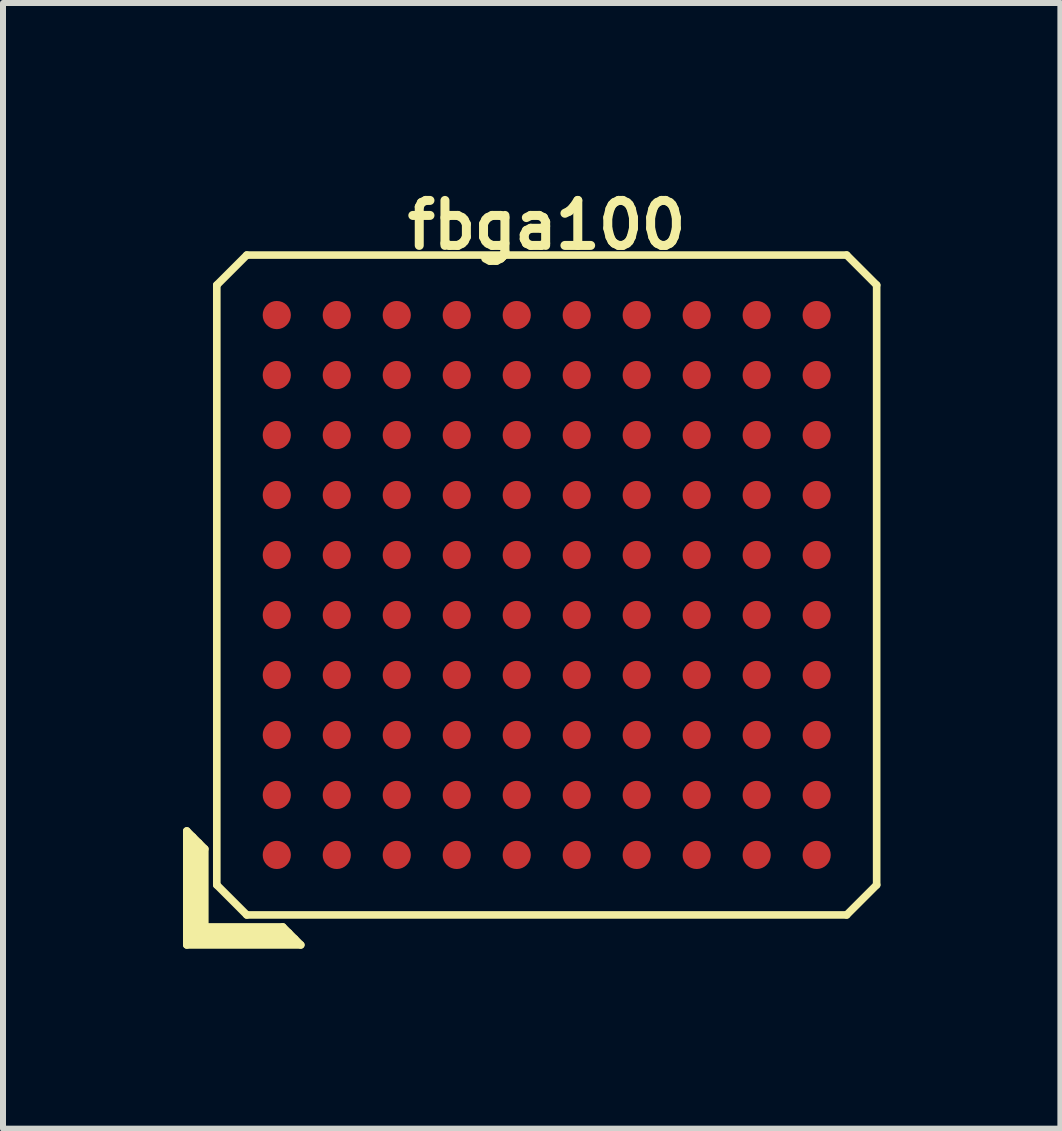
<source format=kicad_pcb>
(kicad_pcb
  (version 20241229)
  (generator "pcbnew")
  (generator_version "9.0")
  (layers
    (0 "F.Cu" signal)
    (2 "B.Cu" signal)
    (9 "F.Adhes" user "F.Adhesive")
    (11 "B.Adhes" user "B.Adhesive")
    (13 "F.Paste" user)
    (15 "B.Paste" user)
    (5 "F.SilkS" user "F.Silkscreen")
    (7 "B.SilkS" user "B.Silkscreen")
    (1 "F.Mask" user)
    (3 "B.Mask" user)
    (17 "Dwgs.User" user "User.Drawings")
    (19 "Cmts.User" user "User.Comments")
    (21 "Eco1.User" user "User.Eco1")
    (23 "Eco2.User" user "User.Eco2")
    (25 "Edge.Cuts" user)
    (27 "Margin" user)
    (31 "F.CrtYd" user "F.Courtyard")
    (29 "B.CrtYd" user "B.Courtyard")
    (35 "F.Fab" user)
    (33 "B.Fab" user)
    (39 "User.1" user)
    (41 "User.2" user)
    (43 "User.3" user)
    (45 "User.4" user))
  (footprint "fbga100"
    (layer "F.Cu")
    (at 6.064 6.702)
    (property "Reference" "fbga100" (at 0 -6 0) (layer "F.SilkS") (effects (font (size 0.75 0.75) (thickness 0.15))))
    (attr through_hole)
    (fp_line (start -6 4.1) (end -5.7 4.4) (stroke (width 0.127) (type solid)) (layer "F.SilkS"))
    (fp_line (start -6 6) (end -6 4.1) (stroke (width 0.127) (type solid)) (layer "F.SilkS"))
    (fp_line (start -5.9 5.9) (end -5.9 4.2) (stroke (width 0.127) (type solid)) (layer "F.SilkS"))
    (fp_line (start -5.8 4.3) (end -5.8 5.8) (stroke (width 0.127) (type solid)) (layer "F.SilkS"))
    (fp_line (start -5.8 5.8) (end -4.3 5.8) (stroke (width 0.127) (type solid)) (layer "F.SilkS"))
    (fp_line (start -5.7 4.4) (end -5.7 5.7) (stroke (width 0.127) (type solid)) (layer "F.SilkS"))
    (fp_line (start -5.7 5.7) (end -4.4 5.7) (stroke (width 0.127) (type solid)) (layer "F.SilkS"))
    (fp_line (start -5.5 -5) (end -5 -5.5) (stroke (width 0.127) (type solid)) (layer "F.SilkS"))
    (fp_line (start -5.5 5) (end -5.5 -5) (stroke (width 0.127) (type solid)) (layer "F.SilkS"))
    (fp_line (start -5 -5.5) (end 5 -5.5) (stroke (width 0.127) (type solid)) (layer "F.SilkS"))
    (fp_line (start -5 5.5) (end -5.5 5) (stroke (width 0.127) (type solid)) (layer "F.SilkS"))
    (fp_line (start -4.4 5.7) (end -4.1 6) (stroke (width 0.127) (type solid)) (layer "F.SilkS"))
    (fp_line (start -4.2 5.9) (end -5.9 5.9) (stroke (width 0.127) (type solid)) (layer "F.SilkS"))
    (fp_line (start -4.1 6) (end -6 6) (stroke (width 0.127) (type solid)) (layer "F.SilkS"))
    (fp_line (start 5 -5.5) (end 5.5 -5) (stroke (width 0.127) (type solid)) (layer "F.SilkS"))
    (fp_line (start 5 5.5) (end -5 5.5) (stroke (width 0.127) (type solid)) (layer "F.SilkS"))
    (fp_line (start 5.5 -5) (end 5.5 5) (stroke (width 0.127) (type solid)) (layer "F.SilkS"))
    (fp_line (start 5.5 5) (end 5 5.5) (stroke (width 0.127) (type solid)) (layer "F.SilkS"))
    (pad "A1" smd circle (at -4.5 4.5) (size 0.47 0.47) (layers "F.Cu" "F.Mask" "F.Paste"))
    (pad "A2" smd circle (at -3.5 4.5) (size 0.47 0.47) (layers "F.Cu" "F.Mask" "F.Paste"))
    (pad "A3" smd circle (at -2.5 4.5) (size 0.47 0.47) (layers "F.Cu" "F.Mask" "F.Paste"))
    (pad "A4" smd circle (at -1.5 4.5) (size 0.47 0.47) (layers "F.Cu" "F.Mask" "F.Paste"))
    (pad "A5" smd circle (at -0.5 4.5) (size 0.47 0.47) (layers "F.Cu" "F.Mask" "F.Paste"))
    (pad "A6" smd circle (at 0.5 4.5) (size 0.47 0.47) (layers "F.Cu" "F.Mask" "F.Paste"))
    (pad "A7" smd circle (at 1.5 4.5) (size 0.47 0.47) (layers "F.Cu" "F.Mask" "F.Paste"))
    (pad "A8" smd circle (at 2.5 4.5) (size 0.47 0.47) (layers "F.Cu" "F.Mask" "F.Paste"))
    (pad "A9" smd circle (at 3.5 4.5) (size 0.47 0.47) (layers "F.Cu" "F.Mask" "F.Paste"))
    (pad "A10" smd circle (at 4.5 4.5) (size 0.47 0.47) (layers "F.Cu" "F.Mask" "F.Paste"))
    (pad "B1" smd circle (at -4.5 3.5) (size 0.47 0.47) (layers "F.Cu" "F.Mask" "F.Paste"))
    (pad "B2" smd circle (at -3.5 3.5) (size 0.47 0.47) (layers "F.Cu" "F.Mask" "F.Paste"))
    (pad "B3" smd circle (at -2.5 3.5) (size 0.47 0.47) (layers "F.Cu" "F.Mask" "F.Paste"))
    (pad "B4" smd circle (at -1.5 3.5) (size 0.47 0.47) (layers "F.Cu" "F.Mask" "F.Paste"))
    (pad "B5" smd circle (at -0.5 3.5) (size 0.47 0.47) (layers "F.Cu" "F.Mask" "F.Paste"))
    (pad "B6" smd circle (at 0.5 3.5) (size 0.47 0.47) (layers "F.Cu" "F.Mask" "F.Paste"))
    (pad "B7" smd circle (at 1.5 3.5) (size 0.47 0.47) (layers "F.Cu" "F.Mask" "F.Paste"))
    (pad "B8" smd circle (at 2.5 3.5) (size 0.47 0.47) (layers "F.Cu" "F.Mask" "F.Paste"))
    (pad "B9" smd circle (at 3.5 3.5) (size 0.47 0.47) (layers "F.Cu" "F.Mask" "F.Paste"))
    (pad "B10" smd circle (at 4.5 3.5) (size 0.47 0.47) (layers "F.Cu" "F.Mask" "F.Paste"))
    (pad "C1" smd circle (at -4.5 2.5) (size 0.47 0.47) (layers "F.Cu" "F.Mask" "F.Paste"))
    (pad "C2" smd circle (at -3.5 2.5) (size 0.47 0.47) (layers "F.Cu" "F.Mask" "F.Paste"))
    (pad "C3" smd circle (at -2.5 2.5) (size 0.47 0.47) (layers "F.Cu" "F.Mask" "F.Paste"))
    (pad "C4" smd circle (at -1.5 2.5) (size 0.47 0.47) (layers "F.Cu" "F.Mask" "F.Paste"))
    (pad "C5" smd circle (at -0.5 2.5) (size 0.47 0.47) (layers "F.Cu" "F.Mask" "F.Paste"))
    (pad "C6" smd circle (at 0.5 2.5) (size 0.47 0.47) (layers "F.Cu" "F.Mask" "F.Paste"))
    (pad "C7" smd circle (at 1.5 2.5) (size 0.47 0.47) (layers "F.Cu" "F.Mask" "F.Paste"))
    (pad "C8" smd circle (at 2.5 2.5) (size 0.47 0.47) (layers "F.Cu" "F.Mask" "F.Paste"))
    (pad "C9" smd circle (at 3.5 2.5) (size 0.47 0.47) (layers "F.Cu" "F.Mask" "F.Paste"))
    (pad "C10" smd circle (at 4.5 2.5) (size 0.47 0.47) (layers "F.Cu" "F.Mask" "F.Paste"))
    (pad "D1" smd circle (at -4.5 1.5) (size 0.47 0.47) (layers "F.Cu" "F.Mask" "F.Paste"))
    (pad "D2" smd circle (at -3.5 1.5) (size 0.47 0.47) (layers "F.Cu" "F.Mask" "F.Paste"))
    (pad "D3" smd circle (at -2.5 1.5) (size 0.47 0.47) (layers "F.Cu" "F.Mask" "F.Paste"))
    (pad "D4" smd circle (at -1.5 1.5) (size 0.47 0.47) (layers "F.Cu" "F.Mask" "F.Paste"))
    (pad "D5" smd circle (at -0.5 1.5) (size 0.47 0.47) (layers "F.Cu" "F.Mask" "F.Paste"))
    (pad "D6" smd circle (at 0.5 1.5) (size 0.47 0.47) (layers "F.Cu" "F.Mask" "F.Paste"))
    (pad "D7" smd circle (at 1.5 1.5) (size 0.47 0.47) (layers "F.Cu" "F.Mask" "F.Paste"))
    (pad "D8" smd circle (at 2.5 1.5) (size 0.47 0.47) (layers "F.Cu" "F.Mask" "F.Paste"))
    (pad "D9" smd circle (at 3.5 1.5) (size 0.47 0.47) (layers "F.Cu" "F.Mask" "F.Paste"))
    (pad "D10" smd circle (at 4.5 1.5) (size 0.47 0.47) (layers "F.Cu" "F.Mask" "F.Paste"))
    (pad "E1" smd circle (at -4.5 0.5) (size 0.47 0.47) (layers "F.Cu" "F.Mask" "F.Paste"))
    (pad "E2" smd circle (at -3.5 0.5) (size 0.47 0.47) (layers "F.Cu" "F.Mask" "F.Paste"))
    (pad "E3" smd circle (at -2.5 0.5) (size 0.47 0.47) (layers "F.Cu" "F.Mask" "F.Paste"))
    (pad "E4" smd circle (at -1.5 0.5) (size 0.47 0.47) (layers "F.Cu" "F.Mask" "F.Paste"))
    (pad "E5" smd circle (at -0.5 0.5) (size 0.47 0.47) (layers "F.Cu" "F.Mask" "F.Paste"))
    (pad "E6" smd circle (at 0.5 0.5) (size 0.47 0.47) (layers "F.Cu" "F.Mask" "F.Paste"))
    (pad "E7" smd circle (at 1.5 0.5) (size 0.47 0.47) (layers "F.Cu" "F.Mask" "F.Paste"))
    (pad "E8" smd circle (at 2.5 0.5) (size 0.47 0.47) (layers "F.Cu" "F.Mask" "F.Paste"))
    (pad "E9" smd circle (at 3.5 0.5) (size 0.47 0.47) (layers "F.Cu" "F.Mask" "F.Paste"))
    (pad "E10" smd circle (at 4.5 0.5) (size 0.47 0.47) (layers "F.Cu" "F.Mask" "F.Paste"))
    (pad "F1" smd circle (at -4.5 -0.5) (size 0.47 0.47) (layers "F.Cu" "F.Mask" "F.Paste"))
    (pad "F2" smd circle (at -3.5 -0.5) (size 0.47 0.47) (layers "F.Cu" "F.Mask" "F.Paste"))
    (pad "F3" smd circle (at -2.5 -0.5) (size 0.47 0.47) (layers "F.Cu" "F.Mask" "F.Paste"))
    (pad "F4" smd circle (at -1.5 -0.5) (size 0.47 0.47) (layers "F.Cu" "F.Mask" "F.Paste"))
    (pad "F5" smd circle (at -0.5 -0.5) (size 0.47 0.47) (layers "F.Cu" "F.Mask" "F.Paste"))
    (pad "F6" smd circle (at 0.5 -0.5) (size 0.47 0.47) (layers "F.Cu" "F.Mask" "F.Paste"))
    (pad "F7" smd circle (at 1.5 -0.5) (size 0.47 0.47) (layers "F.Cu" "F.Mask" "F.Paste"))
    (pad "F8" smd circle (at 2.5 -0.5) (size 0.47 0.47) (layers "F.Cu" "F.Mask" "F.Paste"))
    (pad "F9" smd circle (at 3.5 -0.5) (size 0.47 0.47) (layers "F.Cu" "F.Mask" "F.Paste"))
    (pad "F10" smd circle (at 4.5 -0.5) (size 0.47 0.47) (layers "F.Cu" "F.Mask" "F.Paste"))
    (pad "G1" smd circle (at -4.5 -1.5) (size 0.47 0.47) (layers "F.Cu" "F.Mask" "F.Paste"))
    (pad "G2" smd circle (at -3.5 -1.5) (size 0.47 0.47) (layers "F.Cu" "F.Mask" "F.Paste"))
    (pad "G3" smd circle (at -2.5 -1.5) (size 0.47 0.47) (layers "F.Cu" "F.Mask" "F.Paste"))
    (pad "G4" smd circle (at -1.5 -1.5) (size 0.47 0.47) (layers "F.Cu" "F.Mask" "F.Paste"))
    (pad "G5" smd circle (at -0.5 -1.5) (size 0.47 0.47) (layers "F.Cu" "F.Mask" "F.Paste"))
    (pad "G6" smd circle (at 0.5 -1.5) (size 0.47 0.47) (layers "F.Cu" "F.Mask" "F.Paste"))
    (pad "G7" smd circle (at 1.5 -1.5) (size 0.47 0.47) (layers "F.Cu" "F.Mask" "F.Paste"))
    (pad "G8" smd circle (at 2.5 -1.5) (size 0.47 0.47) (layers "F.Cu" "F.Mask" "F.Paste"))
    (pad "G9" smd circle (at 3.5 -1.5) (size 0.47 0.47) (layers "F.Cu" "F.Mask" "F.Paste"))
    (pad "G10" smd circle (at 4.5 -1.5) (size 0.47 0.47) (layers "F.Cu" "F.Mask" "F.Paste"))
    (pad "H1" smd circle (at -4.5 -2.5) (size 0.47 0.47) (layers "F.Cu" "F.Mask" "F.Paste"))
    (pad "H2" smd circle (at -3.5 -2.5) (size 0.47 0.47) (layers "F.Cu" "F.Mask" "F.Paste"))
    (pad "H3" smd circle (at -2.5 -2.5) (size 0.47 0.47) (layers "F.Cu" "F.Mask" "F.Paste"))
    (pad "H4" smd circle (at -1.5 -2.5) (size 0.47 0.47) (layers "F.Cu" "F.Mask" "F.Paste"))
    (pad "H5" smd circle (at -0.5 -2.5) (size 0.47 0.47) (layers "F.Cu" "F.Mask" "F.Paste"))
    (pad "H6" smd circle (at 0.5 -2.5) (size 0.47 0.47) (layers "F.Cu" "F.Mask" "F.Paste"))
    (pad "H7" smd circle (at 1.5 -2.5) (size 0.47 0.47) (layers "F.Cu" "F.Mask" "F.Paste"))
    (pad "H8" smd circle (at 2.5 -2.5) (size 0.47 0.47) (layers "F.Cu" "F.Mask" "F.Paste"))
    (pad "H9" smd circle (at 3.5 -2.5) (size 0.47 0.47) (layers "F.Cu" "F.Mask" "F.Paste"))
    (pad "H10" smd circle (at 4.5 -2.5) (size 0.47 0.47) (layers "F.Cu" "F.Mask" "F.Paste"))
    (pad "J1" smd circle (at -4.5 -3.5) (size 0.47 0.47) (layers "F.Cu" "F.Mask" "F.Paste"))
    (pad "J2" smd circle (at -3.5 -3.5) (size 0.47 0.47) (layers "F.Cu" "F.Mask" "F.Paste"))
    (pad "J3" smd circle (at -2.5 -3.5) (size 0.47 0.47) (layers "F.Cu" "F.Mask" "F.Paste"))
    (pad "J4" smd circle (at -1.5 -3.5) (size 0.47 0.47) (layers "F.Cu" "F.Mask" "F.Paste"))
    (pad "J5" smd circle (at -0.5 -3.5) (size 0.47 0.47) (layers "F.Cu" "F.Mask" "F.Paste"))
    (pad "J6" smd circle (at 0.5 -3.5) (size 0.47 0.47) (layers "F.Cu" "F.Mask" "F.Paste"))
    (pad "J7" smd circle (at 1.5 -3.5) (size 0.47 0.47) (layers "F.Cu" "F.Mask" "F.Paste"))
    (pad "J8" smd circle (at 2.5 -3.5) (size 0.47 0.47) (layers "F.Cu" "F.Mask" "F.Paste"))
    (pad "J9" smd circle (at 3.5 -3.5) (size 0.47 0.47) (layers "F.Cu" "F.Mask" "F.Paste"))
    (pad "J10" smd circle (at 4.5 -3.5) (size 0.47 0.47) (layers "F.Cu" "F.Mask" "F.Paste"))
    (pad "K1" smd circle (at -4.5 -4.5) (size 0.47 0.47) (layers "F.Cu" "F.Mask" "F.Paste"))
    (pad "K2" smd circle (at -3.5 -4.5) (size 0.47 0.47) (layers "F.Cu" "F.Mask" "F.Paste"))
    (pad "K3" smd circle (at -2.5 -4.5) (size 0.47 0.47) (layers "F.Cu" "F.Mask" "F.Paste"))
    (pad "K4" smd circle (at -1.5 -4.5) (size 0.47 0.47) (layers "F.Cu" "F.Mask" "F.Paste"))
    (pad "K5" smd circle (at -0.5 -4.5) (size 0.47 0.47) (layers "F.Cu" "F.Mask" "F.Paste"))
    (pad "K6" smd circle (at 0.5 -4.5) (size 0.47 0.47) (layers "F.Cu" "F.Mask" "F.Paste"))
    (pad "K7" smd circle (at 1.5 -4.5) (size 0.47 0.47) (layers "F.Cu" "F.Mask" "F.Paste"))
    (pad "K8" smd circle (at 2.5 -4.5) (size 0.47 0.47) (layers "F.Cu" "F.Mask" "F.Paste"))
    (pad "K9" smd circle (at 3.5 -4.5) (size 0.47 0.47) (layers "F.Cu" "F.Mask" "F.Paste"))
    (pad "K10" smd circle (at 4.5 -4.5) (size 0.47 0.47) (layers "F.Cu" "F.Mask" "F.Paste")))
  (gr_rect
    (start -3 -3)
    (end 14.627 15.765)
    (stroke (width 0.1) (type default))
    (fill no)
    (layer "Edge.Cuts")))
</source>
